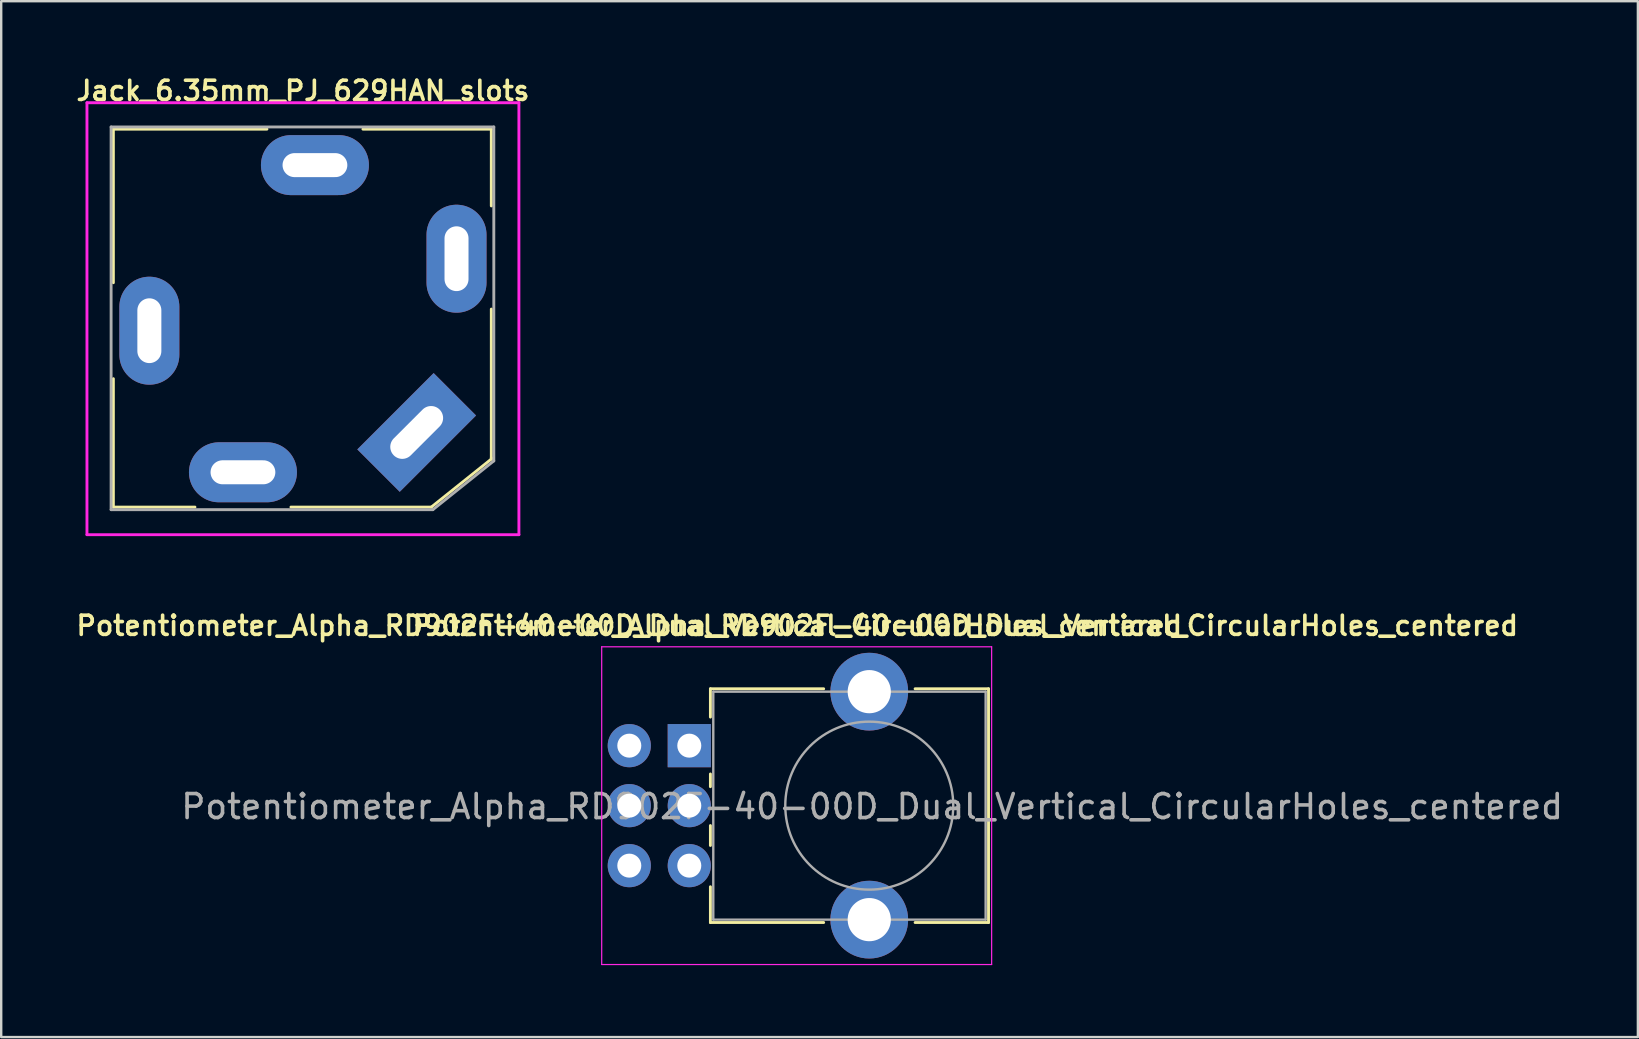
<source format=kicad_pcb>
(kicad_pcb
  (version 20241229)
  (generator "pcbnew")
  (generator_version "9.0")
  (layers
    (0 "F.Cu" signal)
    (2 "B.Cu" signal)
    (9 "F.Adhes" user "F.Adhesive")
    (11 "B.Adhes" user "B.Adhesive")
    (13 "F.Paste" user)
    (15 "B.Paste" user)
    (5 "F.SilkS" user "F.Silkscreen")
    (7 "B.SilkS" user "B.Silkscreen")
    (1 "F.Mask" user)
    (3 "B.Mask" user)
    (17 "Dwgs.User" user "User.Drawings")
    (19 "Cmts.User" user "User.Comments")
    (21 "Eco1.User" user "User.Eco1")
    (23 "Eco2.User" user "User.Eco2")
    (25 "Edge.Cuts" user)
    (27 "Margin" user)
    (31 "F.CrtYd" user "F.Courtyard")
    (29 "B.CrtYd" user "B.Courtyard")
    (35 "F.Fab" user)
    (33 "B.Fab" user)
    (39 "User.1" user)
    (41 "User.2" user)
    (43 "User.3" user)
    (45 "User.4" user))
  (footprint "Jack_6.35mm_PJ_629HAN_slots"
    (layer "F.Cu")
    (at 9.574 10.231)
    (property "Reference" "Jack_6.35mm_PJ_629HAN_slots" (at 0 -9.5 0) (layer "F.SilkS") (effects (font (size 0.8 0.8) (thickness 0.15))))
    (attr through_hole)
    (fp_line (start -7.9 -7.9) (end -1.5 -7.9) (stroke (width 0.12) (type solid)) (layer "F.SilkS"))
    (fp_line (start -7.9 -1.5) (end -7.9 -7.9) (stroke (width 0.12) (type solid)) (layer "F.SilkS"))
    (fp_line (start -7.9 7.85) (end -7.9 2.5) (stroke (width 0.12) (type solid)) (layer "F.SilkS"))
    (fp_line (start -4.5 7.85) (end -7.9 7.85) (stroke (width 0.12) (type solid)) (layer "F.SilkS"))
    (fp_line (start 2.5 -7.9) (end 7.85 -7.9) (stroke (width 0.12) (type solid)) (layer "F.SilkS"))
    (fp_line (start 5.35 7.85) (end -0.5 7.85) (stroke (width 0.12) (type solid)) (layer "F.SilkS"))
    (fp_line (start 7.85 -7.9) (end 7.85 -4.7) (stroke (width 0.12) (type solid)) (layer "F.SilkS"))
    (fp_line (start 7.85 -0.4) (end 7.85 5.8) (stroke (width 0.12) (type solid)) (layer "F.SilkS"))
    (fp_line (start 7.85 5.8) (end 7.85 5.85) (stroke (width 0.12) (type solid)) (layer "F.SilkS"))
    (fp_line (start 7.85 5.85) (end 5.35 7.85) (stroke (width 0.12) (type solid)) (layer "F.SilkS"))
    (fp_line (start -9 -9) (end 9 -9) (stroke (width 0.12) (type solid)) (layer "F.CrtYd"))
    (fp_line (start -9 9) (end -9 -9) (stroke (width 0.12) (type solid)) (layer "F.CrtYd"))
    (fp_line (start 9 -9) (end 9 9) (stroke (width 0.12) (type solid)) (layer "F.CrtYd"))
    (fp_line (start 9 9) (end -9 9) (stroke (width 0.12) (type solid)) (layer "F.CrtYd"))
    (fp_line (start -7.994 -7.99) (end 7.954 -7.99) (stroke (width 0.12) (type solid)) (layer "F.Fab"))
    (fp_line (start -7.994 7.958) (end -7.994 -7.99) (stroke (width 0.12) (type solid)) (layer "F.Fab"))
    (fp_line (start 5.414 7.958) (end -7.994 7.958) (stroke (width 0.12) (type solid)) (layer "F.Fab"))
    (fp_line (start 7.954 -7.99) (end 7.954 5.926) (stroke (width 0.12) (type solid)) (layer "F.Fab"))
    (fp_line (start 7.954 5.926) (end 5.414 7.958) (stroke (width 0.12) (type solid)) (layer "F.Fab"))
    (pad "R" thru_hole oval (at 0.5 -6.4) (size 4.5 2.5) (drill oval 2.7 1) (layers "*.Cu" "*.Mask"))
    (pad "RN" thru_hole oval (at 6.4 -2.5) (size 2.5 4.5) (drill oval 1 2.7) (layers "*.Cu" "*.Mask"))
    (pad "S" thru_hole rect (at 4.74 4.74 45) (size 4.5 2.5) (drill oval 2.7 1) (layers "*.Cu" "*.Mask"))
    (pad "T" thru_hole oval (at -6.4 0.5) (size 2.5 4.5) (drill oval 1 2.7) (layers "*.Cu" "*.Mask"))
    (pad "TN" thru_hole oval (at -2.5 6.4) (size 4.5 2.5) (drill oval 2.7 1) (layers "*.Cu" "*.Mask")))
  (footprint "Potentiometer_Alpha_RD902F-40-00D_Dual_Vertical_CircularHoles_centered"
    (layer "F.Cu")
    (at 33.174 30.523)
    (property "Reference" "Potentiometer_Alpha_RD902F-40-00D_Dual_Vertical_CircularHoles_centered" (at -10 -7.5 180) (layer "F.SilkS") (effects (font (size 0.8 0.8) (thickness 0.15))))
    (property "Value" "Potentiometer_Alpha_RD902F-40-00D_Dual_Vertical_CircularHoles_centered" (at -7.5 7.66 180) (layer "F.Fab") (hide yes) (effects (font (size 1 1) (thickness 0.15))))
    (attr through_hole)
    (fp_line (start -6.62 -4.87) (end -1.9 -4.87) (stroke (width 0.12) (type solid)) (layer "F.SilkS"))
    (fp_line (start -6.62 -3.69) (end -6.62 -4.87) (stroke (width 0.12) (type solid)) (layer "F.SilkS"))
    (fp_line (start -6.62 -0.79) (end -6.62 -1.32) (stroke (width 0.12) (type solid)) (layer "F.SilkS"))
    (fp_line (start -6.62 1.66) (end -6.62 0.83) (stroke (width 0.12) (type solid)) (layer "F.SilkS"))
    (fp_line (start -6.62 4.87) (end -6.62 3.38) (stroke (width 0.12) (type solid)) (layer "F.SilkS"))
    (fp_line (start -6.62 4.87) (end -1.9 4.87) (stroke (width 0.12) (type solid)) (layer "F.SilkS"))
    (fp_line (start 1.91 -4.87) (end 4.97 -4.87) (stroke (width 0.12) (type solid)) (layer "F.SilkS"))
    (fp_line (start 1.91 4.87) (end 4.97 4.87) (stroke (width 0.12) (type solid)) (layer "F.SilkS"))
    (fp_line (start 4.97 4.87) (end 4.97 -4.87) (stroke (width 0.12) (type solid)) (layer "F.SilkS"))
    (fp_line (start -11.15 -6.62) (end -11.15 6.62) (stroke (width 0.05) (type solid)) (layer "F.CrtYd"))
    (fp_line (start -11.15 6.62) (end 5.1 6.62) (stroke (width 0.05) (type solid)) (layer "F.CrtYd"))
    (fp_line (start 5.1 -6.62) (end -11.15 -6.62) (stroke (width 0.05) (type solid)) (layer "F.CrtYd"))
    (fp_line (start 5.1 6.62) (end 5.1 -6.62) (stroke (width 0.05) (type solid)) (layer "F.CrtYd"))
    (fp_line (start -6.5 -4.75) (end 4.85 -4.75) (stroke (width 0.1) (type solid)) (layer "F.Fab"))
    (fp_line (start -6.5 4.75) (end -6.5 -4.75) (stroke (width 0.1) (type solid)) (layer "F.Fab"))
    (fp_line (start -6.5 4.75) (end 4.85 4.75) (stroke (width 0.1) (type solid)) (layer "F.Fab"))
    (fp_line (start 4.85 4.75) (end 4.85 -4.75) (stroke (width 0.1) (type solid)) (layer "F.Fab"))
    (fp_circle (center 0 0) (end 0 -3.5) (stroke (width 0.1) (type solid)) (fill no) (layer "F.Fab"))
    (fp_text user "${VALUE}" (at 4 -7.5 0) (layer "F.SilkS") (effects (font (size 0.8 0.8) (thickness 0.15))))
    (fp_text user "${REFERENCE}" (at 0.12 0.04 0) (layer "F.Fab") (effects (font (size 1 1) (thickness 0.15))))
    (pad "" thru_hole circle (at 0 -4.75 90) (size 3.24 3.24) (drill 1.8) (layers "*.Cu" "*.Mask"))
    (pad "" thru_hole circle (at 0 4.75 90) (size 3.24 3.24) (drill 1.8) (layers "*.Cu" "*.Mask"))
    (pad "1" thru_hole rect (at -7.5 -2.5 90) (size 1.8 1.8) (drill 1) (layers "*.Cu" "*.Mask"))
    (pad "2" thru_hole circle (at -7.5 0 90) (size 1.8 1.8) (drill 1) (layers "*.Cu" "*.Mask"))
    (pad "3" thru_hole circle (at -7.5 2.5 90) (size 1.8 1.8) (drill 1) (layers "*.Cu" "*.Mask"))
    (pad "4" thru_hole circle (at -10 -2.5 90) (size 1.8 1.8) (drill 1) (layers "*.Cu" "*.Mask"))
    (pad "5" thru_hole circle (at -10 0 90) (size 1.8 1.8) (drill 1) (layers "*.Cu" "*.Mask"))
    (pad "6" thru_hole circle (at -10 2.5 90) (size 1.8 1.8) (drill 1) (layers "*.Cu" "*.Mask")))
  (gr_rect
    (start -3 -3)
    (end 65.204 40.167)
    (stroke (width 0.1) (type default))
    (fill no)
    (layer "Edge.Cuts")))
</source>
